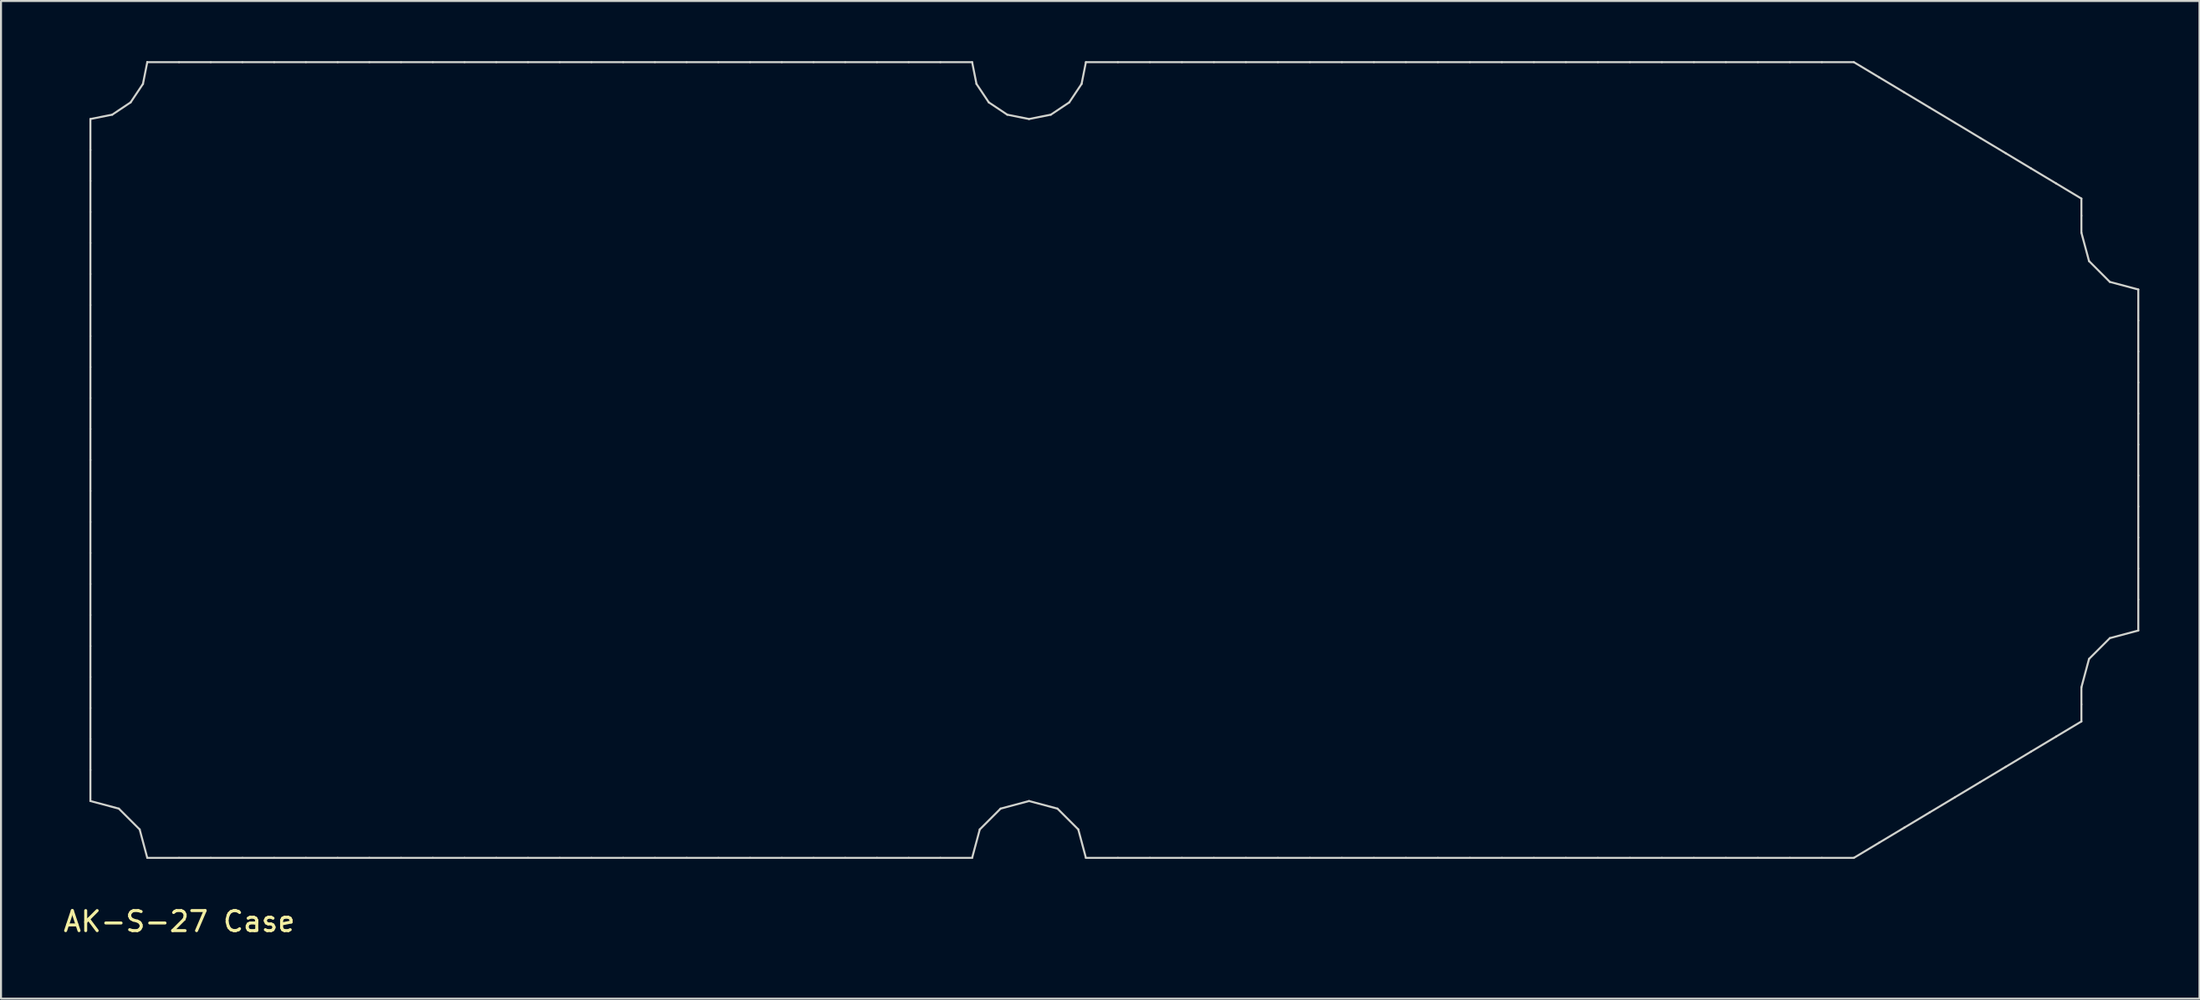
<source format=kicad_pcb>
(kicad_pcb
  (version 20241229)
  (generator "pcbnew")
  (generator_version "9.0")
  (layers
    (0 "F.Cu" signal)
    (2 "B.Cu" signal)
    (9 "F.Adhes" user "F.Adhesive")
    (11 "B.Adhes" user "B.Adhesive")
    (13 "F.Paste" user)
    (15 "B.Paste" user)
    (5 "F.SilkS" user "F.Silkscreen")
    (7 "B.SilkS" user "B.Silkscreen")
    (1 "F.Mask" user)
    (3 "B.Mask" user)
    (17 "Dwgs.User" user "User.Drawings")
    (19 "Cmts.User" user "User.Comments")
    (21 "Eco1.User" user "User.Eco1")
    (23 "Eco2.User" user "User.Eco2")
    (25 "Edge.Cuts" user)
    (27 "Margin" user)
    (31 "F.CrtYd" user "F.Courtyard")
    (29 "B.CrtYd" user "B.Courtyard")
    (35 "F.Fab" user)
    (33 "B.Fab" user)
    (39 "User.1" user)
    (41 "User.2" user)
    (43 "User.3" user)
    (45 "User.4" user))
  (footprint "AK-S-27 Case"
    (layer "F.Cu")
    (at 1.442 39.736)
    (property "Reference" "AK-S-27 Case" (at 4.445 3.175 0) (layer "F.SilkS") (effects (font (size 1 1) (thickness 0.15))))
    (attr through_hole)
    (fp_line (start 0.013 -36.85) (end 0.013 -35.304) (stroke (width 0.1) (type solid)) (layer "Edge.Cuts"))
    (fp_line (start 0.013 -35.304) (end 0.013 -33.757) (stroke (width 0.1) (type solid)) (layer "Edge.Cuts"))
    (fp_line (start 0.013 -33.757) (end 0.013 -32.211) (stroke (width 0.1) (type solid)) (layer "Edge.Cuts"))
    (fp_line (start 0.013 -32.211) (end 0.013 -30.665) (stroke (width 0.1) (type solid)) (layer "Edge.Cuts"))
    (fp_line (start 0.013 -30.665) (end 0.013 -29.118) (stroke (width 0.1) (type solid)) (layer "Edge.Cuts"))
    (fp_line (start 0.013 -29.118) (end 0.013 -27.572) (stroke (width 0.1) (type solid)) (layer "Edge.Cuts"))
    (fp_line (start 0.013 -27.572) (end 0.013 -26.026) (stroke (width 0.1) (type solid)) (layer "Edge.Cuts"))
    (fp_line (start 0.013 -26.026) (end 0.013 -24.48) (stroke (width 0.1) (type solid)) (layer "Edge.Cuts"))
    (fp_line (start 0.013 -24.48) (end 0.013 -22.934) (stroke (width 0.1) (type solid)) (layer "Edge.Cuts"))
    (fp_line (start 0.013 -22.934) (end 0.013 -21.387) (stroke (width 0.1) (type solid)) (layer "Edge.Cuts"))
    (fp_line (start 0.013 -21.387) (end 0.013 -19.842) (stroke (width 0.1) (type solid)) (layer "Edge.Cuts"))
    (fp_line (start 0.013 -19.842) (end 0.013 -18.296) (stroke (width 0.1) (type solid)) (layer "Edge.Cuts"))
    (fp_line (start 0.013 -18.296) (end 0.013 -16.75) (stroke (width 0.1) (type solid)) (layer "Edge.Cuts"))
    (fp_line (start 0.013 -16.75) (end 0.013 -15.204) (stroke (width 0.1) (type solid)) (layer "Edge.Cuts"))
    (fp_line (start 0.013 -15.204) (end 0.013 -13.659) (stroke (width 0.1) (type solid)) (layer "Edge.Cuts"))
    (fp_line (start 0.013 -13.659) (end 0.013 -12.113) (stroke (width 0.1) (type solid)) (layer "Edge.Cuts"))
    (fp_line (start 0.013 -12.113) (end 0.013 -10.566) (stroke (width 0.1) (type solid)) (layer "Edge.Cuts"))
    (fp_line (start 0.013 -10.566) (end 0.013 -9.02) (stroke (width 0.1) (type solid)) (layer "Edge.Cuts"))
    (fp_line (start 0.013 -9.02) (end 0.013 -7.474) (stroke (width 0.1) (type solid)) (layer "Edge.Cuts"))
    (fp_line (start 0.013 -7.474) (end 0.013 -5.926) (stroke (width 0.1) (type solid)) (layer "Edge.Cuts"))
    (fp_line (start 0.013 -5.926) (end 0.013 -4.38) (stroke (width 0.1) (type solid)) (layer "Edge.Cuts"))
    (fp_line (start 0.013 -4.38) (end 0.013 -2.834) (stroke (width 0.1) (type solid)) (layer "Edge.Cuts"))
    (fp_line (start 0.013 -2.834) (end 1.43 -2.455) (stroke (width 0.1) (type solid)) (layer "Edge.Cuts"))
    (fp_line (start 1.098 -37.066) (end 0.013 -36.85) (stroke (width 0.1) (type solid)) (layer "Edge.Cuts"))
    (fp_line (start 1.43 -2.455) (end 2.468 -1.417) (stroke (width 0.1) (type solid)) (layer "Edge.Cuts"))
    (fp_line (start 2.017 -37.68) (end 1.098 -37.066) (stroke (width 0.1) (type solid)) (layer "Edge.Cuts"))
    (fp_line (start 2.468 -1.417) (end 2.847 0.000321) (stroke (width 0.1) (type solid)) (layer "Edge.Cuts"))
    (fp_line (start 2.632 -38.601) (end 2.017 -37.68) (stroke (width 0.1) (type solid)) (layer "Edge.Cuts"))
    (fp_line (start 2.847 -39.686) (end 2.632 -38.601) (stroke (width 0.1) (type solid)) (layer "Edge.Cuts"))
    (fp_line (start 2.847 -39.686) (end 2.847 -39.686) (stroke (width 0.1) (type solid)) (layer "Edge.Cuts"))
    (fp_line (start 2.847 0.000321) (end 4.428 0.000321) (stroke (width 0.1) (type solid)) (layer "Edge.Cuts"))
    (fp_line (start 4.428 -39.686) (end 2.847 -39.686) (stroke (width 0.1) (type solid)) (layer "Edge.Cuts"))
    (fp_line (start 4.428 0.000321) (end 6.01 0.000321) (stroke (width 0.1) (type solid)) (layer "Edge.Cuts"))
    (fp_line (start 6.009 -39.686) (end 4.428 -39.686) (stroke (width 0.1) (type solid)) (layer "Edge.Cuts"))
    (fp_line (start 6.01 0.000321) (end 7.591 0.000321) (stroke (width 0.1) (type solid)) (layer "Edge.Cuts"))
    (fp_line (start 7.589 -39.686) (end 6.009 -39.686) (stroke (width 0.1) (type solid)) (layer "Edge.Cuts"))
    (fp_line (start 7.591 0.000321) (end 9.171 0.000321) (stroke (width 0.1) (type solid)) (layer "Edge.Cuts"))
    (fp_line (start 9.17 -39.686) (end 7.589 -39.686) (stroke (width 0.1) (type solid)) (layer "Edge.Cuts"))
    (fp_line (start 9.171 0.000321) (end 10.752 0.000321) (stroke (width 0.1) (type solid)) (layer "Edge.Cuts"))
    (fp_line (start 10.751 -39.686) (end 9.17 -39.686) (stroke (width 0.1) (type solid)) (layer "Edge.Cuts"))
    (fp_line (start 10.752 0.000321) (end 12.333 0.000321) (stroke (width 0.1) (type solid)) (layer "Edge.Cuts"))
    (fp_line (start 12.332 -39.686) (end 10.751 -39.686) (stroke (width 0.1) (type solid)) (layer "Edge.Cuts"))
    (fp_line (start 12.333 0.000321) (end 13.913 0.000321) (stroke (width 0.1) (type solid)) (layer "Edge.Cuts"))
    (fp_line (start 13.913 -39.686) (end 12.332 -39.686) (stroke (width 0.1) (type solid)) (layer "Edge.Cuts"))
    (fp_line (start 13.913 0.000321) (end 15.494 0.000321) (stroke (width 0.1) (type solid)) (layer "Edge.Cuts"))
    (fp_line (start 15.493 -39.686) (end 13.913 -39.686) (stroke (width 0.1) (type solid)) (layer "Edge.Cuts"))
    (fp_line (start 15.494 0.000321) (end 17.075 0.000321) (stroke (width 0.1) (type solid)) (layer "Edge.Cuts"))
    (fp_line (start 17.074 -39.686) (end 15.493 -39.686) (stroke (width 0.1) (type solid)) (layer "Edge.Cuts"))
    (fp_line (start 17.075 0.000321) (end 18.656 0.000321) (stroke (width 0.1) (type solid)) (layer "Edge.Cuts"))
    (fp_line (start 18.656 0.000321) (end 20.237 0.000321) (stroke (width 0.1) (type solid)) (layer "Edge.Cuts"))
    (fp_line (start 18.656 -39.686) (end 17.074 -39.686) (stroke (width 0.1) (type solid)) (layer "Edge.Cuts"))
    (fp_line (start 20.237 0.000321) (end 21.818 0.000321) (stroke (width 0.1) (type solid)) (layer "Edge.Cuts"))
    (fp_line (start 20.237 -39.686) (end 18.656 -39.686) (stroke (width 0.1) (type solid)) (layer "Edge.Cuts"))
    (fp_line (start 21.818 0.000321) (end 23.399 0.000321) (stroke (width 0.1) (type solid)) (layer "Edge.Cuts"))
    (fp_line (start 21.818 -39.686) (end 20.237 -39.686) (stroke (width 0.1) (type solid)) (layer "Edge.Cuts"))
    (fp_line (start 23.399 -39.686) (end 21.818 -39.686) (stroke (width 0.1) (type solid)) (layer "Edge.Cuts"))
    (fp_line (start 23.399 0.000321) (end 24.98 0.000321) (stroke (width 0.1) (type solid)) (layer "Edge.Cuts"))
    (fp_line (start 24.98 0.000321) (end 26.56 0.000321) (stroke (width 0.1) (type solid)) (layer "Edge.Cuts"))
    (fp_line (start 24.98 -39.686) (end 23.399 -39.686) (stroke (width 0.1) (type solid)) (layer "Edge.Cuts"))
    (fp_line (start 26.56 0.000321) (end 28.142 0.000321) (stroke (width 0.1) (type solid)) (layer "Edge.Cuts"))
    (fp_line (start 26.561 -39.686) (end 24.98 -39.686) (stroke (width 0.1) (type solid)) (layer "Edge.Cuts"))
    (fp_line (start 28.142 0.000321) (end 29.723 0.000321) (stroke (width 0.1) (type solid)) (layer "Edge.Cuts"))
    (fp_line (start 28.142 -39.686) (end 26.561 -39.686) (stroke (width 0.1) (type solid)) (layer "Edge.Cuts"))
    (fp_line (start 29.722 -39.686) (end 28.142 -39.686) (stroke (width 0.1) (type solid)) (layer "Edge.Cuts"))
    (fp_line (start 29.723 0.000321) (end 31.305 0.000321) (stroke (width 0.1) (type solid)) (layer "Edge.Cuts"))
    (fp_line (start 31.303 -39.686) (end 29.722 -39.686) (stroke (width 0.1) (type solid)) (layer "Edge.Cuts"))
    (fp_line (start 31.305 0.000321) (end 32.885 0.000321) (stroke (width 0.1) (type solid)) (layer "Edge.Cuts"))
    (fp_line (start 32.884 -39.686) (end 31.303 -39.686) (stroke (width 0.1) (type solid)) (layer "Edge.Cuts"))
    (fp_line (start 32.885 0.000321) (end 34.465 0.000321) (stroke (width 0.1) (type solid)) (layer "Edge.Cuts"))
    (fp_line (start 34.464 -39.686) (end 32.884 -39.686) (stroke (width 0.1) (type solid)) (layer "Edge.Cuts"))
    (fp_line (start 34.465 0.000321) (end 36.046 0.000321) (stroke (width 0.1) (type solid)) (layer "Edge.Cuts"))
    (fp_line (start 36.045 -39.686) (end 34.464 -39.686) (stroke (width 0.1) (type solid)) (layer "Edge.Cuts"))
    (fp_line (start 36.046 0.000321) (end 37.627 0.000321) (stroke (width 0.1) (type solid)) (layer "Edge.Cuts"))
    (fp_line (start 37.626 -39.686) (end 36.045 -39.686) (stroke (width 0.1) (type solid)) (layer "Edge.Cuts"))
    (fp_line (start 37.627 0.000321) (end 39.208 0.000321) (stroke (width 0.1) (type solid)) (layer "Edge.Cuts"))
    (fp_line (start 39.207 -39.686) (end 37.626 -39.686) (stroke (width 0.1) (type solid)) (layer "Edge.Cuts"))
    (fp_line (start 39.208 0.000321) (end 40.788 0.000321) (stroke (width 0.1) (type solid)) (layer "Edge.Cuts"))
    (fp_line (start 40.787 -39.686) (end 39.207 -39.686) (stroke (width 0.1) (type solid)) (layer "Edge.Cuts"))
    (fp_line (start 40.788 0.000321) (end 42.369 0.000321) (stroke (width 0.1) (type solid)) (layer "Edge.Cuts"))
    (fp_line (start 42.369 -39.686) (end 40.787 -39.686) (stroke (width 0.1) (type solid)) (layer "Edge.Cuts"))
    (fp_line (start 42.369 0.000321) (end 43.95 0.000321) (stroke (width 0.1) (type solid)) (layer "Edge.Cuts"))
    (fp_line (start 43.95 -39.686) (end 42.369 -39.686) (stroke (width 0.1) (type solid)) (layer "Edge.Cuts"))
    (fp_line (start 43.95 0.000321) (end 44.33 -1.417) (stroke (width 0.1) (type solid)) (layer "Edge.Cuts"))
    (fp_line (start 44.166 -38.601) (end 43.95 -39.686) (stroke (width 0.1) (type solid)) (layer "Edge.Cuts"))
    (fp_line (start 44.33 -1.417) (end 45.367 -2.455) (stroke (width 0.1) (type solid)) (layer "Edge.Cuts"))
    (fp_line (start 44.78 -37.68) (end 44.166 -38.601) (stroke (width 0.1) (type solid)) (layer "Edge.Cuts"))
    (fp_line (start 45.367 -2.455) (end 46.785 -2.834) (stroke (width 0.1) (type solid)) (layer "Edge.Cuts"))
    (fp_line (start 45.7 -37.066) (end 44.78 -37.68) (stroke (width 0.1) (type solid)) (layer "Edge.Cuts"))
    (fp_line (start 46.785 -36.85) (end 45.7 -37.066) (stroke (width 0.1) (type solid)) (layer "Edge.Cuts"))
    (fp_line (start 46.785 -2.834) (end 48.202 -2.455) (stroke (width 0.1) (type solid)) (layer "Edge.Cuts"))
    (fp_line (start 47.87 -37.066) (end 46.785 -36.85) (stroke (width 0.1) (type solid)) (layer "Edge.Cuts"))
    (fp_line (start 48.202 -2.455) (end 49.24 -1.417) (stroke (width 0.1) (type solid)) (layer "Edge.Cuts"))
    (fp_line (start 48.789 -37.68) (end 47.87 -37.066) (stroke (width 0.1) (type solid)) (layer "Edge.Cuts"))
    (fp_line (start 49.24 -1.417) (end 49.619 0.000321) (stroke (width 0.1) (type solid)) (layer "Edge.Cuts"))
    (fp_line (start 49.404 -38.601) (end 48.789 -37.68) (stroke (width 0.1) (type solid)) (layer "Edge.Cuts"))
    (fp_line (start 49.619 -39.686) (end 49.404 -38.601) (stroke (width 0.1) (type solid)) (layer "Edge.Cuts"))
    (fp_line (start 49.619 0.000321) (end 51.213 0.000321) (stroke (width 0.1) (type solid)) (layer "Edge.Cuts"))
    (fp_line (start 51.213 0.000321) (end 52.807 0.000321) (stroke (width 0.1) (type solid)) (layer "Edge.Cuts"))
    (fp_line (start 51.213 -39.686) (end 49.619 -39.686) (stroke (width 0.1) (type solid)) (layer "Edge.Cuts"))
    (fp_line (start 52.807 0.000321) (end 54.402 0.000321) (stroke (width 0.1) (type solid)) (layer "Edge.Cuts"))
    (fp_line (start 52.808 -39.686) (end 51.213 -39.686) (stroke (width 0.1) (type solid)) (layer "Edge.Cuts"))
    (fp_line (start 54.402 0.000321) (end 55.996 0.000321) (stroke (width 0.1) (type solid)) (layer "Edge.Cuts"))
    (fp_line (start 54.403 -39.686) (end 52.808 -39.686) (stroke (width 0.1) (type solid)) (layer "Edge.Cuts"))
    (fp_line (start 55.996 0.000321) (end 57.591 0.000321) (stroke (width 0.1) (type solid)) (layer "Edge.Cuts"))
    (fp_line (start 55.997 -39.686) (end 54.403 -39.686) (stroke (width 0.1) (type solid)) (layer "Edge.Cuts"))
    (fp_line (start 57.591 0.000321) (end 59.185 0.000321) (stroke (width 0.1) (type solid)) (layer "Edge.Cuts"))
    (fp_line (start 57.592 -39.686) (end 55.997 -39.686) (stroke (width 0.1) (type solid)) (layer "Edge.Cuts"))
    (fp_line (start 59.185 0.000321) (end 60.78 0.000321) (stroke (width 0.1) (type solid)) (layer "Edge.Cuts"))
    (fp_line (start 59.186 -39.686) (end 57.592 -39.686) (stroke (width 0.1) (type solid)) (layer "Edge.Cuts"))
    (fp_line (start 60.78 0.000321) (end 62.374 0.000321) (stroke (width 0.1) (type solid)) (layer "Edge.Cuts"))
    (fp_line (start 60.78 -39.686) (end 59.186 -39.686) (stroke (width 0.1) (type solid)) (layer "Edge.Cuts"))
    (fp_line (start 62.374 0.000321) (end 63.97 0.000321) (stroke (width 0.1) (type solid)) (layer "Edge.Cuts"))
    (fp_line (start 62.375 -39.686) (end 60.78 -39.686) (stroke (width 0.1) (type solid)) (layer "Edge.Cuts"))
    (fp_line (start 63.969 -39.686) (end 62.375 -39.686) (stroke (width 0.1) (type solid)) (layer "Edge.Cuts"))
    (fp_line (start 63.97 0.000321) (end 65.564 0.000321) (stroke (width 0.1) (type solid)) (layer "Edge.Cuts"))
    (fp_line (start 65.563 -39.686) (end 63.969 -39.686) (stroke (width 0.1) (type solid)) (layer "Edge.Cuts"))
    (fp_line (start 65.564 0.000321) (end 67.159 0.000321) (stroke (width 0.1) (type solid)) (layer "Edge.Cuts"))
    (fp_line (start 67.158 -39.686) (end 65.563 -39.686) (stroke (width 0.1) (type solid)) (layer "Edge.Cuts"))
    (fp_line (start 67.159 0.000321) (end 68.753 0.000321) (stroke (width 0.1) (type solid)) (layer "Edge.Cuts"))
    (fp_line (start 68.752 -39.686) (end 67.158 -39.686) (stroke (width 0.1) (type solid)) (layer "Edge.Cuts"))
    (fp_line (start 68.753 0.000321) (end 70.347 0.000321) (stroke (width 0.1) (type solid)) (layer "Edge.Cuts"))
    (fp_line (start 70.346 -39.686) (end 68.752 -39.686) (stroke (width 0.1) (type solid)) (layer "Edge.Cuts"))
    (fp_line (start 70.347 0.000321) (end 71.942 0.000321) (stroke (width 0.1) (type solid)) (layer "Edge.Cuts"))
    (fp_line (start 71.941 -39.686) (end 70.346 -39.686) (stroke (width 0.1) (type solid)) (layer "Edge.Cuts"))
    (fp_line (start 71.942 0.000321) (end 73.536 0.000321) (stroke (width 0.1) (type solid)) (layer "Edge.Cuts"))
    (fp_line (start 73.536 -39.686) (end 71.941 -39.686) (stroke (width 0.1) (type solid)) (layer "Edge.Cuts"))
    (fp_line (start 73.536 0.000321) (end 75.13 0.000321) (stroke (width 0.1) (type solid)) (layer "Edge.Cuts"))
    (fp_line (start 75.13 0.000321) (end 76.725 0.000321) (stroke (width 0.1) (type solid)) (layer "Edge.Cuts"))
    (fp_line (start 75.131 -39.686) (end 73.536 -39.686) (stroke (width 0.1) (type solid)) (layer "Edge.Cuts"))
    (fp_line (start 76.725 0.000321) (end 78.319 0.000321) (stroke (width 0.1) (type solid)) (layer "Edge.Cuts"))
    (fp_line (start 76.726 -39.686) (end 75.131 -39.686) (stroke (width 0.1) (type solid)) (layer "Edge.Cuts"))
    (fp_line (start 78.319 0.000321) (end 79.914 0.000321) (stroke (width 0.1) (type solid)) (layer "Edge.Cuts"))
    (fp_line (start 78.32 -39.686) (end 76.726 -39.686) (stroke (width 0.1) (type solid)) (layer "Edge.Cuts"))
    (fp_line (start 79.914 0.000321) (end 81.508 0.000321) (stroke (width 0.1) (type solid)) (layer "Edge.Cuts"))
    (fp_line (start 79.915 -39.686) (end 78.32 -39.686) (stroke (width 0.1) (type solid)) (layer "Edge.Cuts"))
    (fp_line (start 81.508 0.000321) (end 83.102 0.000321) (stroke (width 0.1) (type solid)) (layer "Edge.Cuts"))
    (fp_line (start 81.509 -39.686) (end 79.915 -39.686) (stroke (width 0.1) (type solid)) (layer "Edge.Cuts"))
    (fp_line (start 83.102 0.000321) (end 84.697 0.000321) (stroke (width 0.1) (type solid)) (layer "Edge.Cuts"))
    (fp_line (start 83.103 -39.686) (end 81.509 -39.686) (stroke (width 0.1) (type solid)) (layer "Edge.Cuts"))
    (fp_line (start 84.697 0.000321) (end 86.292 0.000321) (stroke (width 0.1) (type solid)) (layer "Edge.Cuts"))
    (fp_line (start 84.698 -39.686) (end 83.103 -39.686) (stroke (width 0.1) (type solid)) (layer "Edge.Cuts"))
    (fp_line (start 86.292 0.000321) (end 87.886 0.000321) (stroke (width 0.1) (type solid)) (layer "Edge.Cuts"))
    (fp_line (start 86.292 -39.686) (end 84.698 -39.686) (stroke (width 0.1) (type solid)) (layer "Edge.Cuts"))
    (fp_line (start 87.886 -39.686) (end 86.292 -39.686) (stroke (width 0.1) (type solid)) (layer "Edge.Cuts"))
    (fp_line (start 87.886 0.000321) (end 89.146 -0.756) (stroke (width 0.1) (type solid)) (layer "Edge.Cuts"))
    (fp_line (start 89.145 -38.93) (end 87.886 -39.686) (stroke (width 0.1) (type solid)) (layer "Edge.Cuts"))
    (fp_line (start 89.146 -0.756) (end 90.406 -1.512) (stroke (width 0.1) (type solid)) (layer "Edge.Cuts"))
    (fp_line (start 90.406 -1.512) (end 91.666 -2.268) (stroke (width 0.1) (type solid)) (layer "Edge.Cuts"))
    (fp_line (start 90.406 -38.173) (end 89.145 -38.93) (stroke (width 0.1) (type solid)) (layer "Edge.Cuts"))
    (fp_line (start 91.665 -37.418) (end 90.406 -38.173) (stroke (width 0.1) (type solid)) (layer "Edge.Cuts"))
    (fp_line (start 91.666 -2.268) (end 92.926 -3.024) (stroke (width 0.1) (type solid)) (layer "Edge.Cuts"))
    (fp_line (start 92.925 -36.662) (end 91.665 -37.418) (stroke (width 0.1) (type solid)) (layer "Edge.Cuts"))
    (fp_line (start 92.926 -3.024) (end 94.186 -3.78) (stroke (width 0.1) (type solid)) (layer "Edge.Cuts"))
    (fp_line (start 94.185 -35.905) (end 92.925 -36.662) (stroke (width 0.1) (type solid)) (layer "Edge.Cuts"))
    (fp_line (start 94.186 -3.78) (end 95.446 -4.536) (stroke (width 0.1) (type solid)) (layer "Edge.Cuts"))
    (fp_line (start 95.446 -35.149) (end 94.185 -35.905) (stroke (width 0.1) (type solid)) (layer "Edge.Cuts"))
    (fp_line (start 95.446 -4.536) (end 96.705 -5.292) (stroke (width 0.1) (type solid)) (layer "Edge.Cuts"))
    (fp_line (start 96.705 -5.292) (end 97.966 -6.049) (stroke (width 0.1) (type solid)) (layer "Edge.Cuts"))
    (fp_line (start 96.705 -34.393) (end 95.446 -35.149) (stroke (width 0.1) (type solid)) (layer "Edge.Cuts"))
    (fp_line (start 97.966 -33.637) (end 96.705 -34.393) (stroke (width 0.1) (type solid)) (layer "Edge.Cuts"))
    (fp_line (start 97.966 -6.049) (end 99.225 -6.804) (stroke (width 0.1) (type solid)) (layer "Edge.Cuts"))
    (fp_line (start 99.225 -32.881) (end 97.966 -33.637) (stroke (width 0.1) (type solid)) (layer "Edge.Cuts"))
    (fp_line (start 99.225 -32.031) (end 99.225 -32.881) (stroke (width 0.1) (type solid)) (layer "Edge.Cuts"))
    (fp_line (start 99.225 -31.181) (end 99.225 -32.031) (stroke (width 0.1) (type solid)) (layer "Edge.Cuts"))
    (fp_line (start 99.225 -8.504) (end 99.605 -9.922) (stroke (width 0.1) (type solid)) (layer "Edge.Cuts"))
    (fp_line (start 99.225 -7.654) (end 99.225 -8.504) (stroke (width 0.1) (type solid)) (layer "Edge.Cuts"))
    (fp_line (start 99.225 -6.804) (end 99.225 -7.654) (stroke (width 0.1) (type solid)) (layer "Edge.Cuts"))
    (fp_line (start 99.605 -9.922) (end 100.642 -10.959) (stroke (width 0.1) (type solid)) (layer "Edge.Cuts"))
    (fp_line (start 99.605 -29.764) (end 99.225 -31.181) (stroke (width 0.1) (type solid)) (layer "Edge.Cuts"))
    (fp_line (start 100.642 -10.959) (end 102.06 -11.339) (stroke (width 0.1) (type solid)) (layer "Edge.Cuts"))
    (fp_line (start 100.642 -28.726) (end 99.605 -29.764) (stroke (width 0.1) (type solid)) (layer "Edge.Cuts"))
    (fp_line (start 102.06 -28.347) (end 100.642 -28.726) (stroke (width 0.1) (type solid)) (layer "Edge.Cuts"))
    (fp_line (start 102.06 -26.8) (end 102.06 -28.347) (stroke (width 0.1) (type solid)) (layer "Edge.Cuts"))
    (fp_line (start 102.06 -25.254) (end 102.06 -26.8) (stroke (width 0.1) (type solid)) (layer "Edge.Cuts"))
    (fp_line (start 102.06 -23.708) (end 102.06 -25.254) (stroke (width 0.1) (type solid)) (layer "Edge.Cuts"))
    (fp_line (start 102.06 -22.161) (end 102.06 -23.708) (stroke (width 0.1) (type solid)) (layer "Edge.Cuts"))
    (fp_line (start 102.06 -20.615) (end 102.06 -22.161) (stroke (width 0.1) (type solid)) (layer "Edge.Cuts"))
    (fp_line (start 102.06 -19.07) (end 102.06 -20.615) (stroke (width 0.1) (type solid)) (layer "Edge.Cuts"))
    (fp_line (start 102.06 -17.524) (end 102.06 -19.07) (stroke (width 0.1) (type solid)) (layer "Edge.Cuts"))
    (fp_line (start 102.06 -15.978) (end 102.06 -17.524) (stroke (width 0.1) (type solid)) (layer "Edge.Cuts"))
    (fp_line (start 102.06 -14.432) (end 102.06 -15.978) (stroke (width 0.1) (type solid)) (layer "Edge.Cuts"))
    (fp_line (start 102.06 -12.886) (end 102.06 -14.432) (stroke (width 0.1) (type solid)) (layer "Edge.Cuts"))
    (fp_line (start 102.06 -11.339) (end 102.06 -12.886) (stroke (width 0.1) (type solid)) (layer "Edge.Cuts")))
  (gr_rect
    (start -3 -3)
    (end 106.551 46.759)
    (stroke (width 0.1) (type default))
    (fill no)
    (layer "Edge.Cuts")))
</source>
